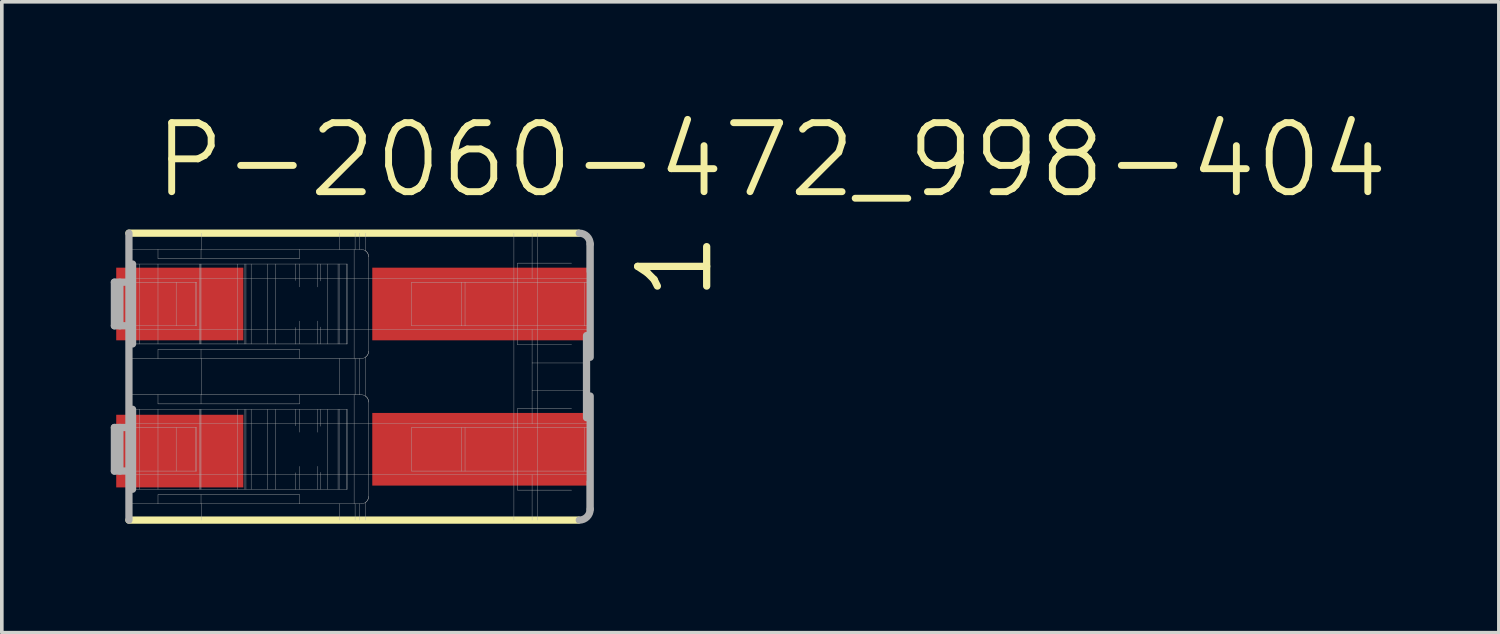
<source format=kicad_pcb>
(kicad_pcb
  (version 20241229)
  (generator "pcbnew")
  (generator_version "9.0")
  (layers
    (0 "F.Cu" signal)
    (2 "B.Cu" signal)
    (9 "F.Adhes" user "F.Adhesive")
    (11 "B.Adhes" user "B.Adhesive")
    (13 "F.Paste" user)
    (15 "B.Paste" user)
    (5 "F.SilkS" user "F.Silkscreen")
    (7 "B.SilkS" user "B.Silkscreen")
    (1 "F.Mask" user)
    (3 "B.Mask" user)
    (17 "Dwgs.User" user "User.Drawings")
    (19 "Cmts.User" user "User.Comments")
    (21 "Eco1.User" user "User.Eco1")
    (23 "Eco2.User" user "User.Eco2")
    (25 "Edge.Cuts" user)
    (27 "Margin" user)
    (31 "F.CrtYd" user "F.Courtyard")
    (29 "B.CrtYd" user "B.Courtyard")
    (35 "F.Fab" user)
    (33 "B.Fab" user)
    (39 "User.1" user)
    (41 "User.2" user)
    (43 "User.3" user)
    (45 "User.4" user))
  (footprint "P-2060-472_998-404"
    (layer "F.Cu")
    (at 8.575 7.32)
    (property "Reference" "P-2060-472_998-404" (at -7.475 -4.85 0) (layer "F.SilkS") (effects (font (size 1.9 1.9) (thickness 0.19)) (justify left bottom)))
    (attr through_hole)
    (fp_line (start -8.075 3.95) (end 4.3 3.95) (stroke (width 0.2) (type solid)) (layer "F.SilkS"))
    (fp_line (start 4.3 -3.95) (end -8.075 -3.95) (stroke (width 0.2) (type solid)) (layer "F.SilkS"))
    (fp_line (start -8.475 -1.4) (end -8.475 -2.6) (stroke (width 0.2) (type solid)) (layer "F.Fab"))
    (fp_line (start -8.475 2.6) (end -8.475 1.4) (stroke (width 0.2) (type solid)) (layer "F.Fab"))
    (fp_line (start -8.325 -1.4) (end -8.325 -2.6) (stroke (width 0.2) (type solid)) (layer "F.Fab"))
    (fp_line (start -8.325 2.6) (end -8.325 1.4) (stroke (width 0.2) (type solid)) (layer "F.Fab"))
    (fp_line (start -8.075 -3.95) (end -8.075 -2.6) (stroke (width 0.2) (type solid)) (layer "F.Fab"))
    (fp_line (start -8.075 -3.5) (end -7.275 -3.5) (stroke (width 0.01) (type solid)) (layer "F.Fab"))
    (fp_line (start -8.075 -2.7) (end 4.625 -2.7) (stroke (width 0.01) (type solid)) (layer "F.Fab"))
    (fp_line (start -8.075 -2.6) (end -8.475 -2.6) (stroke (width 0.2) (type solid)) (layer "F.Fab"))
    (fp_line (start -8.075 -2.6) (end -8.075 -1.4) (stroke (width 0.2) (type solid)) (layer "F.Fab"))
    (fp_line (start -8.075 -2.6) (end -6.214 -2.6) (stroke (width 0.01) (type solid)) (layer "F.Fab"))
    (fp_line (start -8.075 -1.4) (end -8.475 -1.4) (stroke (width 0.2) (type solid)) (layer "F.Fab"))
    (fp_line (start -8.075 -1.4) (end -8.075 1.4) (stroke (width 0.2) (type solid)) (layer "F.Fab"))
    (fp_line (start -8.075 -1.4) (end -6.214 -1.4) (stroke (width 0.01) (type solid)) (layer "F.Fab"))
    (fp_line (start -8.075 0.5) (end -7.275 0.5) (stroke (width 0.01) (type solid)) (layer "F.Fab"))
    (fp_line (start -8.075 1.3) (end 4.625 1.3) (stroke (width 0.01) (type solid)) (layer "F.Fab"))
    (fp_line (start -8.075 1.4) (end -8.475 1.4) (stroke (width 0.2) (type solid)) (layer "F.Fab"))
    (fp_line (start -8.075 1.4) (end -8.075 2.6) (stroke (width 0.2) (type solid)) (layer "F.Fab"))
    (fp_line (start -8.075 1.4) (end -6.214 1.4) (stroke (width 0.01) (type solid)) (layer "F.Fab"))
    (fp_line (start -8.075 2.6) (end -8.475 2.6) (stroke (width 0.2) (type solid)) (layer "F.Fab"))
    (fp_line (start -8.075 2.6) (end -8.075 3.95) (stroke (width 0.2) (type solid)) (layer "F.Fab"))
    (fp_line (start -8.075 2.6) (end -6.214 2.6) (stroke (width 0.01) (type solid)) (layer "F.Fab"))
    (fp_line (start -7.975 -3.1) (end -7.975 -0.9) (stroke (width 0.2) (type solid)) (layer "F.Fab"))
    (fp_line (start -7.975 0.9) (end -7.975 3.1) (stroke (width 0.2) (type solid)) (layer "F.Fab"))
    (fp_line (start -7.775 -0.9) (end -7.775 -3.1) (stroke (width 0.01) (type solid)) (layer "F.Fab"))
    (fp_line (start -7.775 3.1) (end -7.775 0.9) (stroke (width 0.01) (type solid)) (layer "F.Fab"))
    (fp_line (start -7.275 -3.5) (end -7.275 -3.25) (stroke (width 0.01) (type solid)) (layer "F.Fab"))
    (fp_line (start -7.275 -3.5) (end -6.09 -3.5) (stroke (width 0.01) (type solid)) (layer "F.Fab"))
    (fp_line (start -7.275 -3.25) (end -3.375 -3.25) (stroke (width 0.01) (type solid)) (layer "F.Fab"))
    (fp_line (start -7.275 -3.1) (end -7.275 -0.9) (stroke (width 0.01) (type solid)) (layer "F.Fab"))
    (fp_line (start -7.275 -0.5) (end -8.075 -0.5) (stroke (width 0.01) (type solid)) (layer "F.Fab"))
    (fp_line (start -7.275 -0.5) (end -7.275 -0.75) (stroke (width 0.01) (type solid)) (layer "F.Fab"))
    (fp_line (start -7.275 0.5) (end -7.275 0.75) (stroke (width 0.01) (type solid)) (layer "F.Fab"))
    (fp_line (start -7.275 0.5) (end -6.09 0.5) (stroke (width 0.01) (type solid)) (layer "F.Fab"))
    (fp_line (start -7.275 0.75) (end -3.375 0.75) (stroke (width 0.01) (type solid)) (layer "F.Fab"))
    (fp_line (start -7.275 0.9) (end -7.275 3.1) (stroke (width 0.01) (type solid)) (layer "F.Fab"))
    (fp_line (start -7.275 3.5) (end -8.075 3.5) (stroke (width 0.01) (type solid)) (layer "F.Fab"))
    (fp_line (start -7.275 3.5) (end -7.275 3.25) (stroke (width 0.01) (type solid)) (layer "F.Fab"))
    (fp_line (start -6.775 -1.4) (end -6.775 -2.6) (stroke (width 0.01) (type solid)) (layer "F.Fab"))
    (fp_line (start -6.775 2.6) (end -6.775 1.4) (stroke (width 0.01) (type solid)) (layer "F.Fab"))
    (fp_line (start -6.247 -1.4) (end -6.247 -2.6) (stroke (width 0.01) (type solid)) (layer "F.Fab"))
    (fp_line (start -6.247 2.6) (end -6.247 1.4) (stroke (width 0.01) (type solid)) (layer "F.Fab"))
    (fp_line (start -6.214 -1.4) (end -6.214 -2.6) (stroke (width 0.01) (type solid)) (layer "F.Fab"))
    (fp_line (start -6.214 2.6) (end -6.214 1.4) (stroke (width 0.01) (type solid)) (layer "F.Fab"))
    (fp_line (start -6.134 -0.9) (end -6.134 -3.1) (stroke (width 0.01) (type solid)) (layer "F.Fab"))
    (fp_line (start -6.134 3.1) (end -6.134 0.9) (stroke (width 0.01) (type solid)) (layer "F.Fab"))
    (fp_line (start -6.099 -0.9) (end -6.099 -3.1) (stroke (width 0.01) (type solid)) (layer "F.Fab"))
    (fp_line (start -6.099 3.1) (end -6.099 0.9) (stroke (width 0.01) (type solid)) (layer "F.Fab"))
    (fp_line (start -6.09 -3.5) (end -6.09 -3.25) (stroke (width 0.01) (type solid)) (layer "F.Fab"))
    (fp_line (start -6.09 -3.5) (end -3.375 -3.5) (stroke (width 0.01) (type solid)) (layer "F.Fab"))
    (fp_line (start -6.09 -0.9) (end -6.09 -3.1) (stroke (width 0.01) (type solid)) (layer "F.Fab"))
    (fp_line (start -6.09 -0.5) (end -7.275 -0.5) (stroke (width 0.01) (type solid)) (layer "F.Fab"))
    (fp_line (start -6.09 -0.5) (end -6.09 -0.75) (stroke (width 0.01) (type solid)) (layer "F.Fab"))
    (fp_line (start -6.09 0.5) (end -6.09 0.75) (stroke (width 0.01) (type solid)) (layer "F.Fab"))
    (fp_line (start -6.09 0.5) (end -3.375 0.5) (stroke (width 0.01) (type solid)) (layer "F.Fab"))
    (fp_line (start -6.09 3.1) (end -6.09 0.9) (stroke (width 0.01) (type solid)) (layer "F.Fab"))
    (fp_line (start -6.09 3.5) (end -7.275 3.5) (stroke (width 0.01) (type solid)) (layer "F.Fab"))
    (fp_line (start -6.09 3.5) (end -6.09 3.25) (stroke (width 0.01) (type solid)) (layer "F.Fab"))
    (fp_line (start -6.075 -3.95) (end -6.075 -3.5) (stroke (width 0.01) (type solid)) (layer "F.Fab"))
    (fp_line (start -6.075 -0.5) (end -6.075 0.5) (stroke (width 0.01) (type solid)) (layer "F.Fab"))
    (fp_line (start -6.075 3.5) (end -6.075 3.95) (stroke (width 0.01) (type solid)) (layer "F.Fab"))
    (fp_line (start -5.092 -0.9) (end -5.092 -3.1) (stroke (width 0.01) (type solid)) (layer "F.Fab"))
    (fp_line (start -5.092 3.1) (end -5.092 0.9) (stroke (width 0.01) (type solid)) (layer "F.Fab"))
    (fp_line (start -4.882 -0.9) (end -4.882 -3.1) (stroke (width 0.01) (type solid)) (layer "F.Fab"))
    (fp_line (start -4.882 3.1) (end -4.882 0.9) (stroke (width 0.01) (type solid)) (layer "F.Fab"))
    (fp_line (start -4.853 -0.9) (end -4.853 -3.1) (stroke (width 0.01) (type solid)) (layer "F.Fab"))
    (fp_line (start -4.853 3.1) (end -4.853 0.9) (stroke (width 0.01) (type solid)) (layer "F.Fab"))
    (fp_line (start -4.71 -0.9) (end -4.71 -3.1) (stroke (width 0.01) (type solid)) (layer "F.Fab"))
    (fp_line (start -4.71 3.1) (end -4.71 0.9) (stroke (width 0.01) (type solid)) (layer "F.Fab"))
    (fp_line (start -4.259 -0.9) (end -4.259 -3.1) (stroke (width 0.01) (type solid)) (layer "F.Fab"))
    (fp_line (start -4.259 3.1) (end -4.259 0.9) (stroke (width 0.01) (type solid)) (layer "F.Fab"))
    (fp_line (start -4.04 -0.9) (end -7.975 -0.9) (stroke (width 0.01) (type solid)) (layer "F.Fab"))
    (fp_line (start -4.04 -0.9) (end -4.04 -3.1) (stroke (width 0.01) (type solid)) (layer "F.Fab"))
    (fp_line (start -4.04 3.1) (end -7.975 3.1) (stroke (width 0.01) (type solid)) (layer "F.Fab"))
    (fp_line (start -4.04 3.1) (end -4.04 0.9) (stroke (width 0.01) (type solid)) (layer "F.Fab"))
    (fp_line (start -3.492 -3.1) (end -7.975 -3.1) (stroke (width 0.01) (type solid)) (layer "F.Fab"))
    (fp_line (start -3.492 -2.647) (end -3.492 -3.1) (stroke (width 0.01) (type solid)) (layer "F.Fab"))
    (fp_line (start -3.492 -0.9) (end -4.04 -0.9) (stroke (width 0.01) (type solid)) (layer "F.Fab"))
    (fp_line (start -3.492 -0.9) (end -3.492 -1.353) (stroke (width 0.01) (type solid)) (layer "F.Fab"))
    (fp_line (start -3.492 0.9) (end -7.975 0.9) (stroke (width 0.01) (type solid)) (layer "F.Fab"))
    (fp_line (start -3.492 1.353) (end -3.492 0.9) (stroke (width 0.01) (type solid)) (layer "F.Fab"))
    (fp_line (start -3.492 3.1) (end -4.04 3.1) (stroke (width 0.01) (type solid)) (layer "F.Fab"))
    (fp_line (start -3.492 3.1) (end -3.492 2.647) (stroke (width 0.01) (type solid)) (layer "F.Fab"))
    (fp_line (start -3.375 -3.5) (end -3.375 -3.25) (stroke (width 0.01) (type solid)) (layer "F.Fab"))
    (fp_line (start -3.375 -3.5) (end -1.675 -3.5) (stroke (width 0.01) (type solid)) (layer "F.Fab"))
    (fp_line (start -3.375 -0.75) (end -7.275 -0.75) (stroke (width 0.01) (type solid)) (layer "F.Fab"))
    (fp_line (start -3.375 -0.5) (end -6.09 -0.5) (stroke (width 0.01) (type solid)) (layer "F.Fab"))
    (fp_line (start -3.375 -0.5) (end -3.375 -0.75) (stroke (width 0.01) (type solid)) (layer "F.Fab"))
    (fp_line (start -3.375 0.5) (end -3.375 0.75) (stroke (width 0.01) (type solid)) (layer "F.Fab"))
    (fp_line (start -3.375 0.5) (end -1.675 0.5) (stroke (width 0.01) (type solid)) (layer "F.Fab"))
    (fp_line (start -3.375 3.25) (end -7.275 3.25) (stroke (width 0.01) (type solid)) (layer "F.Fab"))
    (fp_line (start -3.375 3.5) (end -6.09 3.5) (stroke (width 0.01) (type solid)) (layer "F.Fab"))
    (fp_line (start -3.375 3.5) (end -3.375 3.25) (stroke (width 0.01) (type solid)) (layer "F.Fab"))
    (fp_line (start -3.373 -2.47) (end -3.373 -3.1) (stroke (width 0.01) (type solid)) (layer "F.Fab"))
    (fp_line (start -3.373 -0.9) (end -3.373 -1.53) (stroke (width 0.01) (type solid)) (layer "F.Fab"))
    (fp_line (start -3.373 1.53) (end -3.373 0.9) (stroke (width 0.01) (type solid)) (layer "F.Fab"))
    (fp_line (start -3.373 3.1) (end -3.373 2.47) (stroke (width 0.01) (type solid)) (layer "F.Fab"))
    (fp_line (start -2.874 -2.469) (end -2.874 -3.1) (stroke (width 0.01) (type solid)) (layer "F.Fab"))
    (fp_line (start -2.874 -0.9) (end -2.874 -1.531) (stroke (width 0.01) (type solid)) (layer "F.Fab"))
    (fp_line (start -2.874 1.531) (end -2.874 0.9) (stroke (width 0.01) (type solid)) (layer "F.Fab"))
    (fp_line (start -2.874 3.1) (end -2.874 2.469) (stroke (width 0.01) (type solid)) (layer "F.Fab"))
    (fp_line (start -2.796 -2.634) (end -2.796 -3.1) (stroke (width 0.01) (type solid)) (layer "F.Fab"))
    (fp_line (start -2.796 -0.9) (end -2.796 -1.366) (stroke (width 0.01) (type solid)) (layer "F.Fab"))
    (fp_line (start -2.796 1.366) (end -2.796 0.9) (stroke (width 0.01) (type solid)) (layer "F.Fab"))
    (fp_line (start -2.796 3.1) (end -2.796 2.634) (stroke (width 0.01) (type solid)) (layer "F.Fab"))
    (fp_line (start -2.611 -0.9) (end -2.611 -3.1) (stroke (width 0.01) (type solid)) (layer "F.Fab"))
    (fp_line (start -2.611 3.1) (end -2.611 0.9) (stroke (width 0.01) (type solid)) (layer "F.Fab"))
    (fp_line (start -2.317 -0.9) (end -2.317 -3.1) (stroke (width 0.01) (type solid)) (layer "F.Fab"))
    (fp_line (start -2.317 3.1) (end -2.317 0.9) (stroke (width 0.01) (type solid)) (layer "F.Fab"))
    (fp_line (start -2.288 -0.9) (end -2.288 -3.1) (stroke (width 0.01) (type solid)) (layer "F.Fab"))
    (fp_line (start -2.288 3.1) (end -2.288 0.9) (stroke (width 0.01) (type solid)) (layer "F.Fab"))
    (fp_line (start -2.281 -3.95) (end -2.281 -3.5) (stroke (width 0.01) (type solid)) (layer "F.Fab"))
    (fp_line (start -2.281 -0.5) (end -2.281 0.5) (stroke (width 0.01) (type solid)) (layer "F.Fab"))
    (fp_line (start -2.281 3.5) (end -2.281 3.95) (stroke (width 0.01) (type solid)) (layer "F.Fab"))
    (fp_line (start -2.077 -0.9) (end -3.492 -0.9) (stroke (width 0.01) (type solid)) (layer "F.Fab"))
    (fp_line (start -2.077 -0.9) (end -2.077 -3.1) (stroke (width 0.01) (type solid)) (layer "F.Fab"))
    (fp_line (start -2.077 3.1) (end -3.492 3.1) (stroke (width 0.01) (type solid)) (layer "F.Fab"))
    (fp_line (start -2.077 3.1) (end -2.077 0.9) (stroke (width 0.01) (type solid)) (layer "F.Fab"))
    (fp_line (start -2.067 -3.1) (end -3.492 -3.1) (stroke (width 0.01) (type solid)) (layer "F.Fab"))
    (fp_line (start -2.067 -0.9) (end -2.077 -0.9) (stroke (width 0.01) (type solid)) (layer "F.Fab"))
    (fp_line (start -2.067 -0.9) (end -2.067 -3.1) (stroke (width 0.01) (type solid)) (layer "F.Fab"))
    (fp_line (start -2.067 0.9) (end -3.492 0.9) (stroke (width 0.01) (type solid)) (layer "F.Fab"))
    (fp_line (start -2.067 3.1) (end -2.077 3.1) (stroke (width 0.01) (type solid)) (layer "F.Fab"))
    (fp_line (start -2.067 3.1) (end -2.067 0.9) (stroke (width 0.01) (type solid)) (layer "F.Fab"))
    (fp_line (start -1.875 -3.5) (end -1.875 -0.5) (stroke (width 0.01) (type solid)) (layer "F.Fab"))
    (fp_line (start -1.875 0.5) (end -1.875 3.5) (stroke (width 0.01) (type solid)) (layer "F.Fab"))
    (fp_line (start -1.848 -3.95) (end -1.848 -3.5) (stroke (width 0.01) (type solid)) (layer "F.Fab"))
    (fp_line (start -1.848 -0.5) (end -1.848 0.5) (stroke (width 0.01) (type solid)) (layer "F.Fab"))
    (fp_line (start -1.848 3.5) (end -1.848 3.95) (stroke (width 0.01) (type solid)) (layer "F.Fab"))
    (fp_line (start -1.733 -3.95) (end -1.733 -3.5) (stroke (width 0.01) (type solid)) (layer "F.Fab"))
    (fp_line (start -1.733 -0.5) (end -1.733 0.5) (stroke (width 0.01) (type solid)) (layer "F.Fab"))
    (fp_line (start -1.733 3.5) (end -1.733 3.95) (stroke (width 0.01) (type solid)) (layer "F.Fab"))
    (fp_line (start -1.675 -0.5) (end -3.375 -0.5) (stroke (width 0.01) (type solid)) (layer "F.Fab"))
    (fp_line (start -1.675 3.5) (end -3.375 3.5) (stroke (width 0.01) (type solid)) (layer "F.Fab"))
    (fp_line (start -1.56 -3.95) (end -1.56 -3.463) (stroke (width 0.01) (type solid)) (layer "F.Fab"))
    (fp_line (start -1.56 -0.537) (end -1.56 0.537) (stroke (width 0.01) (type solid)) (layer "F.Fab"))
    (fp_line (start -1.56 3.463) (end -1.56 3.95) (stroke (width 0.01) (type solid)) (layer "F.Fab"))
    (fp_line (start -1.475 -3.3) (end -1.475 -0.7) (stroke (width 0.01) (type solid)) (layer "F.Fab"))
    (fp_line (start -1.475 0.7) (end -1.475 3.3) (stroke (width 0.01) (type solid)) (layer "F.Fab"))
    (fp_line (start -0.292 -2.6) (end -0.292 -1.4) (stroke (width 0.01) (type solid)) (layer "F.Fab"))
    (fp_line (start -0.292 -1.4) (end 1.074 -1.4) (stroke (width 0.01) (type solid)) (layer "F.Fab"))
    (fp_line (start -0.292 1.4) (end -0.292 2.6) (stroke (width 0.01) (type solid)) (layer "F.Fab"))
    (fp_line (start -0.292 2.6) (end 1.074 2.6) (stroke (width 0.01) (type solid)) (layer "F.Fab"))
    (fp_line (start 1.074 -1.4) (end 1.074 -2.6) (stroke (width 0.01) (type solid)) (layer "F.Fab"))
    (fp_line (start 1.074 -1.4) (end 1.179 -1.4) (stroke (width 0.01) (type solid)) (layer "F.Fab"))
    (fp_line (start 1.074 2.6) (end 1.074 1.4) (stroke (width 0.01) (type solid)) (layer "F.Fab"))
    (fp_line (start 1.074 2.6) (end 1.179 2.6) (stroke (width 0.01) (type solid)) (layer "F.Fab"))
    (fp_line (start 1.179 -1.4) (end 1.179 -2.6) (stroke (width 0.01) (type solid)) (layer "F.Fab"))
    (fp_line (start 1.179 -1.4) (end 4.475 -1.4) (stroke (width 0.01) (type solid)) (layer "F.Fab"))
    (fp_line (start 1.179 2.6) (end 1.179 1.4) (stroke (width 0.01) (type solid)) (layer "F.Fab"))
    (fp_line (start 1.179 2.6) (end 4.475 2.6) (stroke (width 0.01) (type solid)) (layer "F.Fab"))
    (fp_line (start 2.525 -3.95) (end 2.525 3.95) (stroke (width 0.01) (type solid)) (layer "F.Fab"))
    (fp_line (start 2.625 -0.875) (end 2.625 -3.125) (stroke (width 0.01) (type solid)) (layer "F.Fab"))
    (fp_line (start 2.625 -0.875) (end 4.113 -0.875) (stroke (width 0.01) (type solid)) (layer "F.Fab"))
    (fp_line (start 2.625 3.125) (end 2.625 0.875) (stroke (width 0.01) (type solid)) (layer "F.Fab"))
    (fp_line (start 2.625 3.125) (end 4.113 3.125) (stroke (width 0.01) (type solid)) (layer "F.Fab"))
    (fp_line (start 3.025 -3.95) (end 3.025 -2.7) (stroke (width 0.01) (type solid)) (layer "F.Fab"))
    (fp_line (start 3.025 -1.3) (end 3.025 -0.376) (stroke (width 0.01) (type solid)) (layer "F.Fab"))
    (fp_line (start 3.025 -0.376) (end 3.025 0.376) (stroke (width 0.01) (type solid)) (layer "F.Fab"))
    (fp_line (start 3.025 0.376) (end 3.025 1.3) (stroke (width 0.01) (type solid)) (layer "F.Fab"))
    (fp_line (start 3.025 2.7) (end 3.025 3.95) (stroke (width 0.01) (type solid)) (layer "F.Fab"))
    (fp_line (start 3.175 -3.95) (end 3.175 3.95) (stroke (width 0.01) (type solid)) (layer "F.Fab"))
    (fp_line (start 4.113 -3.125) (end 2.625 -3.125) (stroke (width 0.01) (type solid)) (layer "F.Fab"))
    (fp_line (start 4.113 0.875) (end 2.625 0.875) (stroke (width 0.01) (type solid)) (layer "F.Fab"))
    (fp_line (start 4.475 -1.4) (end 4.475 -2.6) (stroke (width 0.01) (type solid)) (layer "F.Fab"))
    (fp_line (start 4.475 -1.4) (end 4.625 -1.4) (stroke (width 0.01) (type solid)) (layer "F.Fab"))
    (fp_line (start 4.475 2.6) (end 4.475 1.4) (stroke (width 0.01) (type solid)) (layer "F.Fab"))
    (fp_line (start 4.475 2.6) (end 4.625 2.6) (stroke (width 0.01) (type solid)) (layer "F.Fab"))
    (fp_line (start 4.524 -3.745) (end 4.524 -2.87) (stroke (width 0.01) (type solid)) (layer "F.Fab"))
    (fp_line (start 4.524 -1.13) (end 4.524 1.13) (stroke (width 0.2) (type solid)) (layer "F.Fab"))
    (fp_line (start 4.524 2.87) (end 4.524 3.745) (stroke (width 0.01) (type solid)) (layer "F.Fab"))
    (fp_line (start 4.607 -0.376) (end 3.025 -0.376) (stroke (width 0.01) (type solid)) (layer "F.Fab"))
    (fp_line (start 4.607 0.376) (end 3.025 0.376) (stroke (width 0.01) (type solid)) (layer "F.Fab"))
    (fp_line (start 4.625 -3.65) (end 4.625 -0.534) (stroke (width 0.2) (type solid)) (layer "F.Fab"))
    (fp_line (start 4.625 -2.6) (end -0.292 -2.6) (stroke (width 0.01) (type solid)) (layer "F.Fab"))
    (fp_line (start 4.625 -1.3) (end -8.075 -1.3) (stroke (width 0.01) (type solid)) (layer "F.Fab"))
    (fp_line (start 4.625 0.534) (end 4.625 3.65) (stroke (width 0.2) (type solid)) (layer "F.Fab"))
    (fp_line (start 4.625 1.4) (end -0.292 1.4) (stroke (width 0.01) (type solid)) (layer "F.Fab"))
    (fp_line (start 4.625 2.7) (end -8.075 2.7) (stroke (width 0.01) (type solid)) (layer "F.Fab"))
    (fp_arc (start -1.675001 -3.5) (mid -1.614404 -3.490609) (end -1.5595 -3.4633) (stroke (width 0.01) (type solid)) (layer "F.Fab"))
    (fp_arc (start -1.675 0.5) (mid -1.614403 0.509391) (end -1.5595 0.5367) (stroke (width 0.01) (type solid)) (layer "F.Fab"))
    (fp_arc (start -1.5595 -3.463299) (mid -1.497372 -3.391936) (end -1.475 -3.3) (stroke (width 0.01) (type solid)) (layer "F.Fab"))
    (fp_arc (start -1.5595 -3.463299) (mid -1.497372 -3.391936) (end -1.475 -3.3) (stroke (width 0.01) (type solid)) (layer "F.Fab"))
    (fp_arc (start -1.5595 -0.5367) (mid -1.614403 -0.509391) (end -1.675 -0.5) (stroke (width 0.01) (type solid)) (layer "F.Fab"))
    (fp_arc (start -1.5595 0.536701) (mid -1.497372 0.608065) (end -1.475 0.7) (stroke (width 0.01) (type solid)) (layer "F.Fab"))
    (fp_arc (start -1.5595 0.536701) (mid -1.497372 0.608065) (end -1.475 0.7) (stroke (width 0.01) (type solid)) (layer "F.Fab"))
    (fp_arc (start -1.559499 3.4633) (mid -1.614403 3.490609) (end -1.675 3.5) (stroke (width 0.01) (type solid)) (layer "F.Fab"))
    (fp_arc (start -1.475 -0.699999) (mid -1.497372 -0.608064) (end -1.5595 -0.5367) (stroke (width 0.01) (type solid)) (layer "F.Fab"))
    (fp_arc (start -1.475 -0.699999) (mid -1.497372 -0.608064) (end -1.5595 -0.5367) (stroke (width 0.01) (type solid)) (layer "F.Fab"))
    (fp_arc (start -1.474999 3.3) (mid -1.497371 3.391936) (end -1.5595 3.4633) (stroke (width 0.01) (type solid)) (layer "F.Fab"))
    (fp_arc (start -1.474999 3.3) (mid -1.497371 3.391936) (end -1.5595 3.4633) (stroke (width 0.01) (type solid)) (layer "F.Fab"))
    (fp_arc (start 4.325 -3.95) (mid 4.537132 -3.862132) (end 4.625 -3.65) (stroke (width 0.2) (type solid)) (layer "F.Fab"))
    (fp_arc (start 4.625 3.65) (mid 4.537132 3.862132) (end 4.325 3.95) (stroke (width 0.2) (type solid)) (layer "F.Fab"))
    (fp_text user "1" (at 8.075 -2 90) (layer "F.SilkS") (effects (font (size 1.9 1.9) (thickness 0.2)) (justify left bottom)))
    (pad "1" smd rect (at -6.675 -2) (size 3.5 2) (layers "F.Cu" "F.Mask" "F.Paste"))
    (pad "1" smd rect (at 1.625 -2) (size 6 2) (layers "F.Cu" "F.Mask" "F.Paste"))
    (pad "2" smd rect (at -6.675 2.05) (size 3.5 2) (layers "F.Cu" "F.Mask" "F.Paste"))
    (pad "2" smd rect (at 1.625 2) (size 6 2) (layers "F.Cu" "F.Mask" "F.Paste")))
  (gr_rect
    (start -3 -3)
    (end 38.219 14.37)
    (stroke (width 0.1) (type default))
    (fill no)
    (layer "Edge.Cuts")))
</source>
